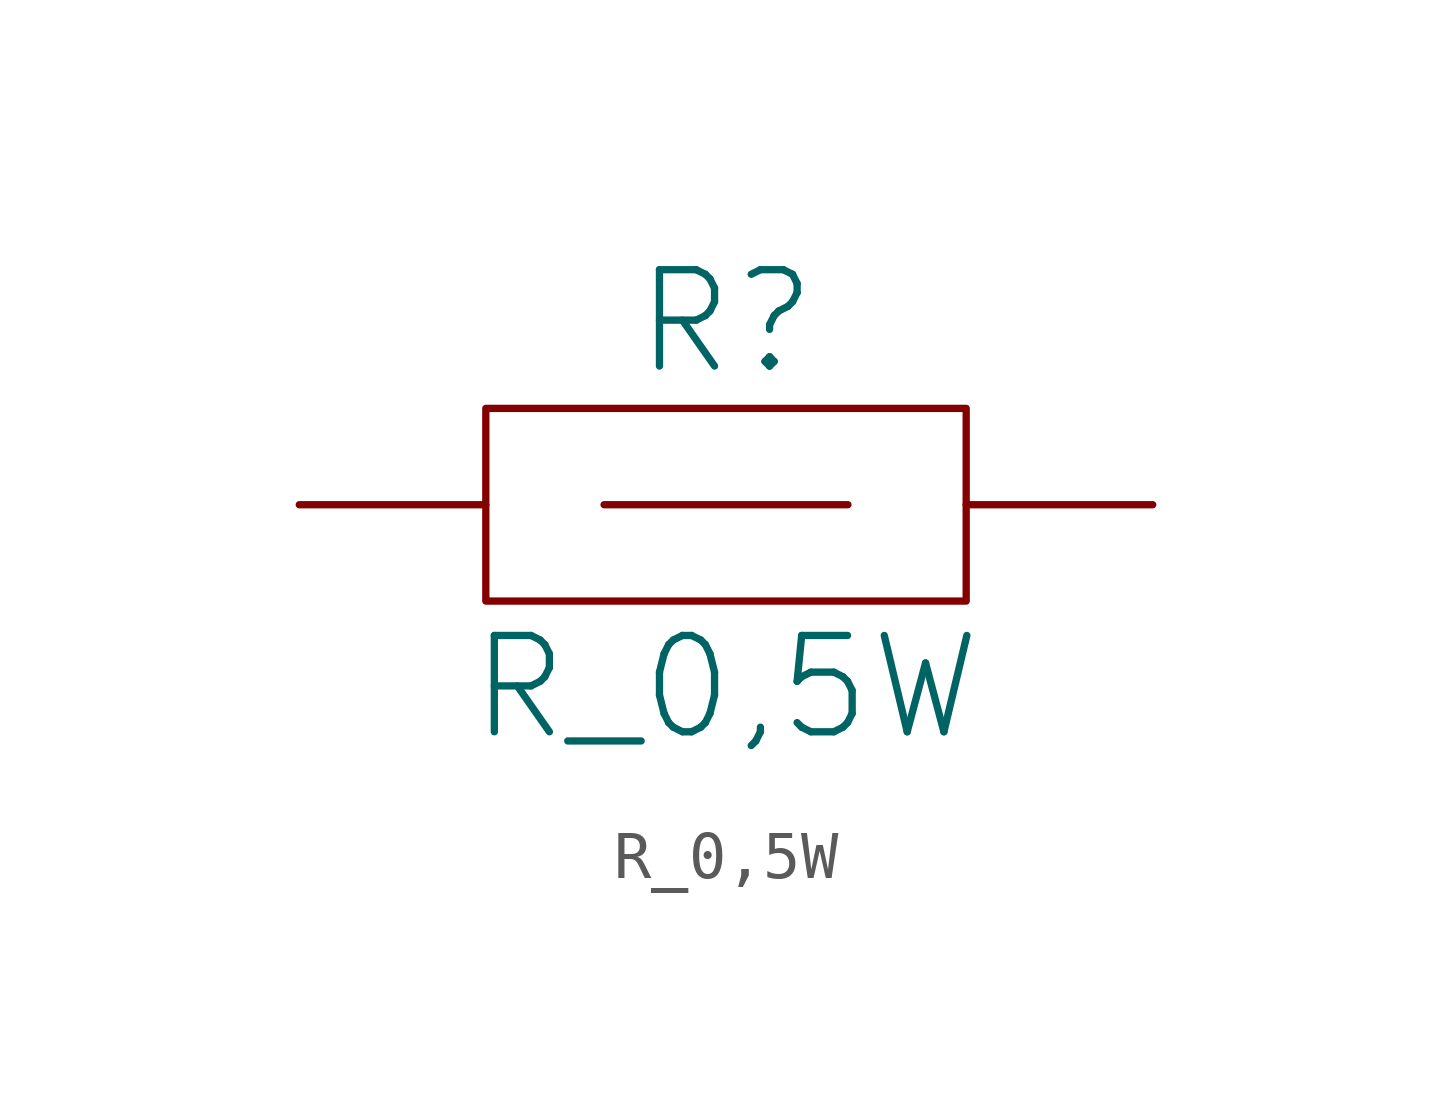
<source format=kicad_sym>
(kicad_symbol_lib
  (version 20231120)
  (generator "kicad_symbol_editor")
  (generator_version "8.0")
  (symbol "R_0,5W"
    (pin_numbers hide)
    (pin_names
      (offset 0) hide)
    (property "Reference" "R"
      (at 0 3.81 0)
      (effects (font (size 2.007 2.007))))
    (property "Value" "R_0,5W"
      (at 0 -3.81 0)
      (effects (font (size 2.007 2.007))))
    (symbol "R_0,5W_0_1"
      (rectangle (start -5.004 2.007) (end 5.004 -2.007) (stroke (width 0) (type solid)) (fill (type none)))
      (polyline (pts (xy -2.54 0) (xy 2.54 0)) (stroke (width 0) (type solid)) (fill (type none))))
    (symbol "R_0,5W_1_1"
      (pin passive line (at -8.89 0 0) (length 3.886) (name "~" (effects (font (size 2.007 2.007)))) (number "1" (effects (font (size 2.007 2.007)))))
      (pin passive line (at 8.89 0 180) (length 3.886) (name "~" (effects (font (size 2.007 2.007)))) (number "2" (effects (font (size 2.007 2.007))))))))
</source>
